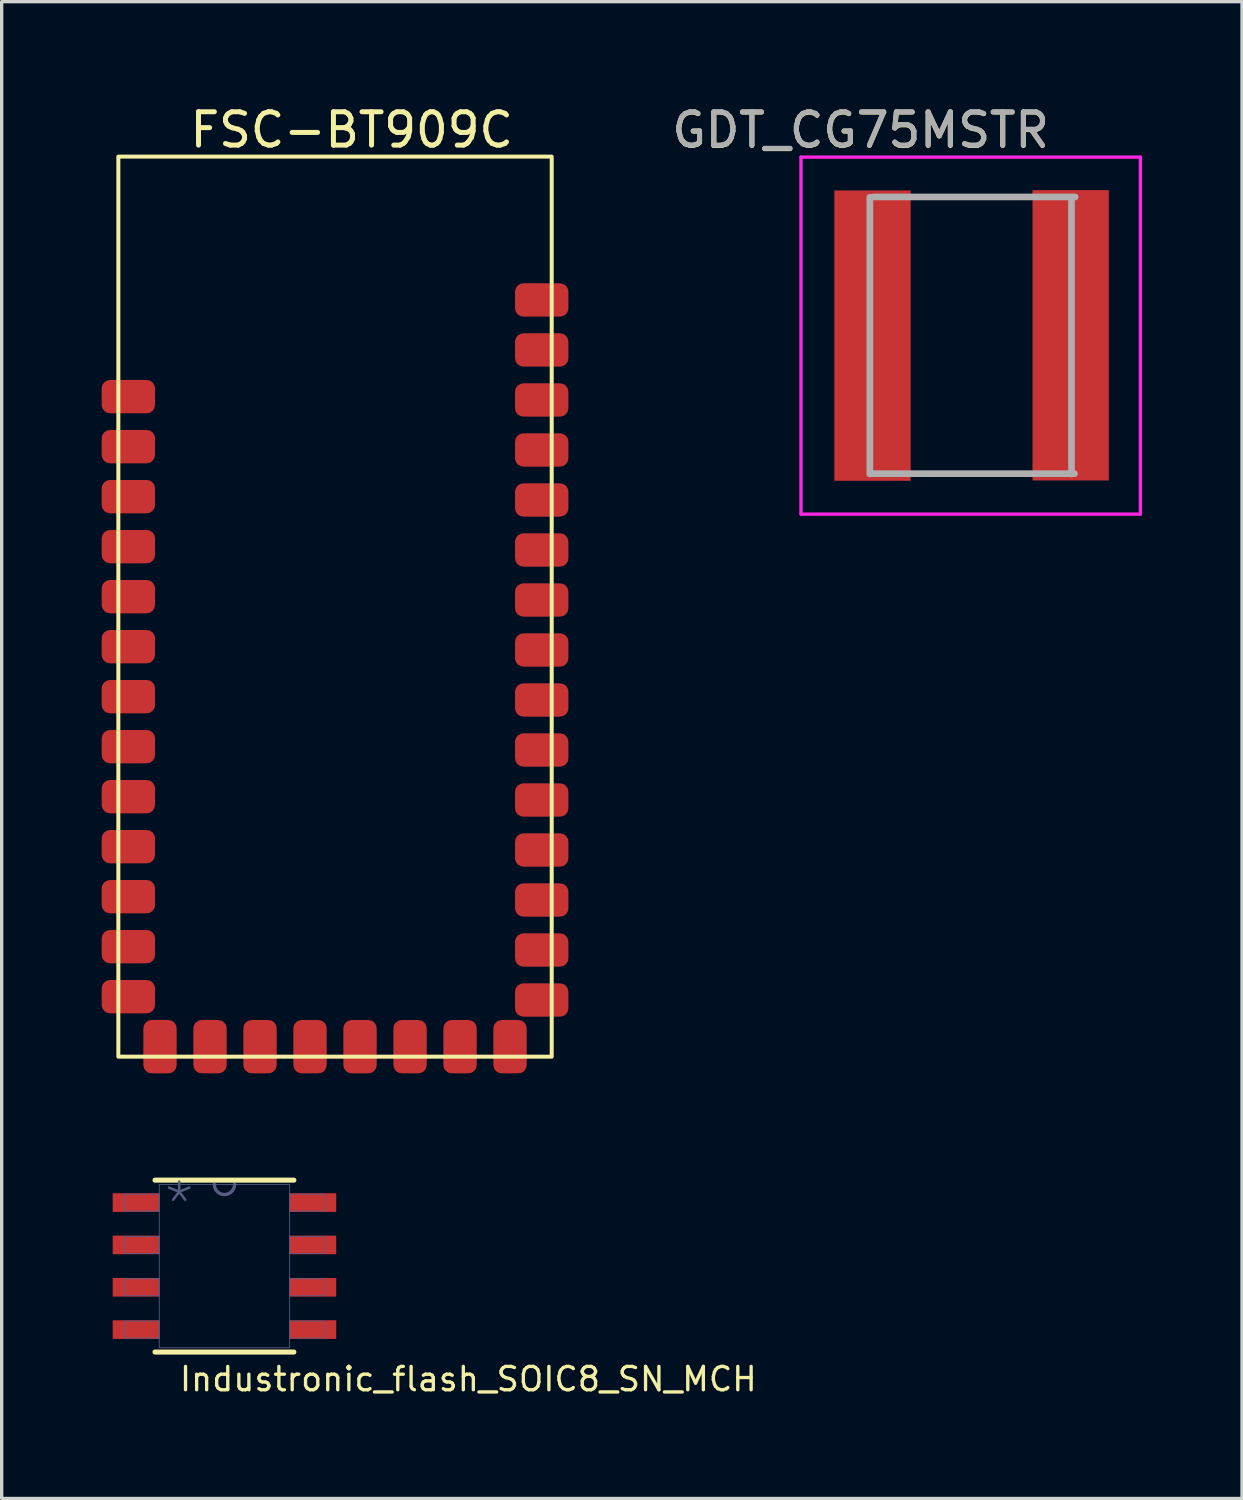
<source format=kicad_pcb>
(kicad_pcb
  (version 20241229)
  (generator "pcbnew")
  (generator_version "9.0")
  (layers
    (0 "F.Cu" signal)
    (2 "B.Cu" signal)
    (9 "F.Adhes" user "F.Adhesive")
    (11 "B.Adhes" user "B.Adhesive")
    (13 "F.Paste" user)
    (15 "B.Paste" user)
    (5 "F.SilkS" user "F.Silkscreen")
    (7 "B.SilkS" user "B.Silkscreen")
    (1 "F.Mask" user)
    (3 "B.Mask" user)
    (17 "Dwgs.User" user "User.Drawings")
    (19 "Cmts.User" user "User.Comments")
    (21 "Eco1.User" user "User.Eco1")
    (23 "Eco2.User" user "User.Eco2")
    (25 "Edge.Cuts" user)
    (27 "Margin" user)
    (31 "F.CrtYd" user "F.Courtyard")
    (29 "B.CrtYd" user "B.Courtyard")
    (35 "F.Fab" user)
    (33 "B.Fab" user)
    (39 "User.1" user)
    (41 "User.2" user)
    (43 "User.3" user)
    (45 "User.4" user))
  (footprint "FSC-BT909C"
    (layer "F.Cu")
    (at 6.95 14.948)
    (property "Reference" "FSC-BT909C" (at 0.55 -14.1 0) (unlocked yes) (layer "F.SilkS") (effects (font (size 1 1) (thickness 0.15))))
    (attr smd)
    (fp_rect (start -6.45 -13.3) (end 6.55 13.7) (stroke (width 0.12) (type solid)) (fill no) (layer "F.SilkS"))
    (pad "1" smd roundrect (at -6.15 -6.1) (size 1.6 1) (layers "F.Cu" "F.Mask" "F.Paste") (roundrect_rratio 0.25))
    (pad "2" smd roundrect (at -6.15 -4.6) (size 1.6 1) (layers "F.Cu" "F.Mask" "F.Paste") (roundrect_rratio 0.25))
    (pad "3" smd roundrect (at -6.15 -3.1) (size 1.6 1) (layers "F.Cu" "F.Mask" "F.Paste") (roundrect_rratio 0.25))
    (pad "4" smd roundrect (at -6.15 -1.6) (size 1.6 1) (layers "F.Cu" "F.Mask" "F.Paste") (roundrect_rratio 0.25))
    (pad "5" smd roundrect (at -6.15 -0.1) (size 1.6 1) (layers "F.Cu" "F.Mask" "F.Paste") (roundrect_rratio 0.25))
    (pad "6" smd roundrect (at -6.15 1.4) (size 1.6 1) (layers "F.Cu" "F.Mask" "F.Paste") (roundrect_rratio 0.25))
    (pad "7" smd roundrect (at -6.15 2.9) (size 1.6 1) (layers "F.Cu" "F.Mask" "F.Paste") (roundrect_rratio 0.25))
    (pad "8" smd roundrect (at -6.15 4.4) (size 1.6 1) (layers "F.Cu" "F.Mask" "F.Paste") (roundrect_rratio 0.25))
    (pad "9" smd roundrect (at -6.15 5.9) (size 1.6 1) (layers "F.Cu" "F.Mask" "F.Paste") (roundrect_rratio 0.25))
    (pad "10" smd roundrect (at -6.15 7.4) (size 1.6 1) (layers "F.Cu" "F.Mask" "F.Paste") (roundrect_rratio 0.25))
    (pad "11" smd roundrect (at -6.15 8.9) (size 1.6 1) (layers "F.Cu" "F.Mask" "F.Paste") (roundrect_rratio 0.25))
    (pad "12" smd roundrect (at -6.15 10.4) (size 1.6 1) (layers "F.Cu" "F.Mask" "F.Paste") (roundrect_rratio 0.25))
    (pad "13" smd roundrect (at -6.15 11.9) (size 1.6 1) (layers "F.Cu" "F.Mask" "F.Paste") (roundrect_rratio 0.25))
    (pad "14" smd roundrect (at -5.2 13.4 90) (size 1.6 1) (layers "F.Cu" "F.Mask" "F.Paste") (roundrect_rratio 0.25))
    (pad "15" smd roundrect (at -3.7 13.4 90) (size 1.6 1) (layers "F.Cu" "F.Mask" "F.Paste") (roundrect_rratio 0.25))
    (pad "16" smd roundrect (at -2.2 13.4 90) (size 1.6 1) (layers "F.Cu" "F.Mask" "F.Paste") (roundrect_rratio 0.25))
    (pad "17" smd roundrect (at -0.7 13.4 90) (size 1.6 1) (layers "F.Cu" "F.Mask" "F.Paste") (roundrect_rratio 0.25))
    (pad "18" smd roundrect (at 0.8 13.4 90) (size 1.6 1) (layers "F.Cu" "F.Mask" "F.Paste") (roundrect_rratio 0.25))
    (pad "19" smd roundrect (at 2.3 13.4 90) (size 1.6 1) (layers "F.Cu" "F.Mask" "F.Paste") (roundrect_rratio 0.25))
    (pad "20" smd roundrect (at 3.8 13.4 90) (size 1.6 1) (layers "F.Cu" "F.Mask" "F.Paste") (roundrect_rratio 0.25))
    (pad "21" smd roundrect (at 5.3 13.4 90) (size 1.6 1) (layers "F.Cu" "F.Mask" "F.Paste") (roundrect_rratio 0.25))
    (pad "22" smd roundrect (at 6.25 12 180) (size 1.6 1) (layers "F.Cu" "F.Mask" "F.Paste") (roundrect_rratio 0.25))
    (pad "23" smd roundrect (at 6.25 10.5 180) (size 1.6 1) (layers "F.Cu" "F.Mask" "F.Paste") (roundrect_rratio 0.25))
    (pad "24" smd roundrect (at 6.25 9 180) (size 1.6 1) (layers "F.Cu" "F.Mask" "F.Paste") (roundrect_rratio 0.25))
    (pad "25" smd roundrect (at 6.25 7.5 180) (size 1.6 1) (layers "F.Cu" "F.Mask" "F.Paste") (roundrect_rratio 0.25))
    (pad "26" smd roundrect (at 6.25 6 180) (size 1.6 1) (layers "F.Cu" "F.Mask" "F.Paste") (roundrect_rratio 0.25))
    (pad "27" smd roundrect (at 6.25 4.5 180) (size 1.6 1) (layers "F.Cu" "F.Mask" "F.Paste") (roundrect_rratio 0.25))
    (pad "28" smd roundrect (at 6.25 3 180) (size 1.6 1) (layers "F.Cu" "F.Mask" "F.Paste") (roundrect_rratio 0.25))
    (pad "29" smd roundrect (at 6.25 1.5 180) (size 1.6 1) (layers "F.Cu" "F.Mask" "F.Paste") (roundrect_rratio 0.25))
    (pad "30" smd roundrect (at 6.25 0 180) (size 1.6 1) (layers "F.Cu" "F.Mask" "F.Paste") (roundrect_rratio 0.25))
    (pad "31" smd roundrect (at 6.25 -1.5 180) (size 1.6 1) (layers "F.Cu" "F.Mask" "F.Paste") (roundrect_rratio 0.25))
    (pad "32" smd roundrect (at 6.25 -3 180) (size 1.6 1) (layers "F.Cu" "F.Mask" "F.Paste") (roundrect_rratio 0.25))
    (pad "33" smd roundrect (at 6.25 -4.5 180) (size 1.6 1) (layers "F.Cu" "F.Mask" "F.Paste") (roundrect_rratio 0.25))
    (pad "34" smd roundrect (at 6.25 -6 180) (size 1.6 1) (layers "F.Cu" "F.Mask" "F.Paste") (roundrect_rratio 0.25))
    (pad "35" smd roundrect (at 6.25 -7.5 180) (size 1.6 1) (layers "F.Cu" "F.Mask" "F.Paste") (roundrect_rratio 0.25))
    (pad "36" smd roundrect (at 6.25 -9 180) (size 1.6 1) (layers "F.Cu" "F.Mask" "F.Paste") (roundrect_rratio 0.25)))
  (footprint "Industronic_flash_SOIC8_SN_MCH"
    (layer "F.Cu")
    (at 3.683 34.93)
    (property "Reference" "Industronic_flash_SOIC8_SN_MCH" (at -1.4 3.8 0) (unlocked yes) (layer "F.SilkS") (effects (font (size 0.7 0.7) (thickness 0.1)) (justify left bottom)))
    (fp_line (start -2.083 -2.578) (end 2.083 -2.578) (stroke (width 0.152) (type solid)) (layer "F.SilkS"))
    (fp_line (start -2.083 2.578) (end 2.083 2.578) (stroke (width 0.152) (type solid)) (layer "F.SilkS"))
    (fp_line (start -3.607 -2.438) (end -2.21 -2.438) (stroke (width 0.152) (type solid)) (layer "Eco1.User"))
    (fp_line (start -3.607 2.438) (end -3.607 -2.438) (stroke (width 0.152) (type solid)) (layer "Eco1.User"))
    (fp_line (start -3.607 2.438) (end -2.21 2.438) (stroke (width 0.152) (type solid)) (layer "Eco1.User"))
    (fp_line (start -2.21 -2.705) (end 2.21 -2.705) (stroke (width 0.152) (type solid)) (layer "Eco1.User"))
    (fp_line (start -2.21 -2.438) (end -2.21 -2.705) (stroke (width 0.152) (type solid)) (layer "Eco1.User"))
    (fp_line (start -2.21 2.705) (end -2.21 2.438) (stroke (width 0.152) (type solid)) (layer "Eco1.User"))
    (fp_line (start -2.21 2.705) (end 2.21 2.705) (stroke (width 0.152) (type solid)) (layer "Eco1.User"))
    (fp_line (start 2.21 -2.438) (end 2.21 -2.705) (stroke (width 0.152) (type solid)) (layer "Eco1.User"))
    (fp_line (start 2.21 -2.438) (end 3.607 -2.438) (stroke (width 0.152) (type solid)) (layer "Eco1.User"))
    (fp_line (start 2.21 2.438) (end 3.607 2.438) (stroke (width 0.152) (type solid)) (layer "Eco1.User"))
    (fp_line (start 2.21 2.705) (end 2.21 2.438) (stroke (width 0.152) (type solid)) (layer "Eco1.User"))
    (fp_line (start 3.607 2.438) (end 3.607 -2.438) (stroke (width 0.152) (type solid)) (layer "Eco1.User"))
    (fp_line (start -2.997 -2.159) (end -1.956 -2.159) (stroke (width 0.025) (type solid)) (layer "B.Fab"))
    (fp_line (start -2.997 -1.651) (end -2.997 -2.159) (stroke (width 0.025) (type solid)) (layer "B.Fab"))
    (fp_line (start -2.997 -1.651) (end -1.956 -1.651) (stroke (width 0.025) (type solid)) (layer "B.Fab"))
    (fp_line (start -2.997 -0.889) (end -1.956 -0.889) (stroke (width 0.025) (type solid)) (layer "B.Fab"))
    (fp_line (start -2.997 -0.381) (end -2.997 -0.889) (stroke (width 0.025) (type solid)) (layer "B.Fab"))
    (fp_line (start -2.997 -0.381) (end -1.956 -0.381) (stroke (width 0.025) (type solid)) (layer "B.Fab"))
    (fp_line (start -2.997 0.381) (end -1.956 0.381) (stroke (width 0.025) (type solid)) (layer "B.Fab"))
    (fp_line (start -2.997 0.889) (end -2.997 0.381) (stroke (width 0.025) (type solid)) (layer "B.Fab"))
    (fp_line (start -2.997 0.889) (end -1.956 0.889) (stroke (width 0.025) (type solid)) (layer "B.Fab"))
    (fp_line (start -2.997 1.651) (end -1.956 1.651) (stroke (width 0.025) (type solid)) (layer "B.Fab"))
    (fp_line (start -2.997 2.159) (end -2.997 1.651) (stroke (width 0.025) (type solid)) (layer "B.Fab"))
    (fp_line (start -2.997 2.159) (end -1.956 2.159) (stroke (width 0.025) (type solid)) (layer "B.Fab"))
    (fp_line (start -1.956 -2.451) (end 1.956 -2.451) (stroke (width 0.025) (type solid)) (layer "B.Fab"))
    (fp_line (start -1.956 -1.651) (end -1.956 -2.159) (stroke (width 0.025) (type solid)) (layer "B.Fab"))
    (fp_line (start -1.956 -0.381) (end -1.956 -0.889) (stroke (width 0.025) (type solid)) (layer "B.Fab"))
    (fp_line (start -1.956 0.889) (end -1.956 0.381) (stroke (width 0.025) (type solid)) (layer "B.Fab"))
    (fp_line (start -1.956 2.159) (end -1.956 1.651) (stroke (width 0.025) (type solid)) (layer "B.Fab"))
    (fp_line (start -1.956 2.451) (end -1.956 -2.451) (stroke (width 0.025) (type solid)) (layer "B.Fab"))
    (fp_line (start -1.956 2.451) (end 1.956 2.451) (stroke (width 0.025) (type solid)) (layer "B.Fab"))
    (fp_line (start 1.956 -2.159) (end 2.997 -2.159) (stroke (width 0.025) (type solid)) (layer "B.Fab"))
    (fp_line (start 1.956 -1.651) (end 1.956 -2.159) (stroke (width 0.025) (type solid)) (layer "B.Fab"))
    (fp_line (start 1.956 -1.651) (end 2.997 -1.651) (stroke (width 0.025) (type solid)) (layer "B.Fab"))
    (fp_line (start 1.956 -0.889) (end 2.997 -0.889) (stroke (width 0.025) (type solid)) (layer "B.Fab"))
    (fp_line (start 1.956 -0.381) (end 1.956 -0.889) (stroke (width 0.025) (type solid)) (layer "B.Fab"))
    (fp_line (start 1.956 -0.381) (end 2.997 -0.381) (stroke (width 0.025) (type solid)) (layer "B.Fab"))
    (fp_line (start 1.956 0.381) (end 2.997 0.381) (stroke (width 0.025) (type solid)) (layer "B.Fab"))
    (fp_line (start 1.956 0.889) (end 1.956 0.381) (stroke (width 0.025) (type solid)) (layer "B.Fab"))
    (fp_line (start 1.956 0.889) (end 2.997 0.889) (stroke (width 0.025) (type solid)) (layer "B.Fab"))
    (fp_line (start 1.956 1.651) (end 2.997 1.651) (stroke (width 0.025) (type solid)) (layer "B.Fab"))
    (fp_line (start 1.956 2.159) (end 1.956 1.651) (stroke (width 0.025) (type solid)) (layer "B.Fab"))
    (fp_line (start 1.956 2.159) (end 2.997 2.159) (stroke (width 0.025) (type solid)) (layer "B.Fab"))
    (fp_line (start 1.956 2.451) (end 1.956 -2.451) (stroke (width 0.025) (type solid)) (layer "B.Fab"))
    (fp_line (start 2.997 -1.651) (end 2.997 -2.159) (stroke (width 0.025) (type solid)) (layer "B.Fab"))
    (fp_line (start 2.997 -0.381) (end 2.997 -0.889) (stroke (width 0.025) (type solid)) (layer "B.Fab"))
    (fp_line (start 2.997 0.889) (end 2.997 0.381) (stroke (width 0.025) (type solid)) (layer "B.Fab"))
    (fp_line (start 2.997 2.159) (end 2.997 1.651) (stroke (width 0.025) (type solid)) (layer "B.Fab"))
    (fp_arc (start 0.3048 -2.4511) (mid 0 -2.1463) (end -0.3048 -2.4511) (stroke (width 0.1) (type solid)) (layer "B.Fab"))
    (fp_text user "*" (at -1.892 -1.105 0) (unlocked yes) (layer "B.Fab") (effects (font (size 1.27 1.27) (thickness 0.076)) (justify left bottom)))
    (pad "1" smd rect (at -2.654 -1.905) (size 1.397 0.559) (layers "F.Cu" "F.Mask" "F.Paste"))
    (pad "2" smd rect (at -2.654 -0.635) (size 1.397 0.559) (layers "F.Cu" "F.Mask" "F.Paste"))
    (pad "3" smd rect (at -2.654 0.635) (size 1.397 0.559) (layers "F.Cu" "F.Mask" "F.Paste"))
    (pad "4" smd rect (at -2.654 1.905) (size 1.397 0.559) (layers "F.Cu" "F.Mask" "F.Paste"))
    (pad "5" smd rect (at 2.654 1.905) (size 1.397 0.559) (layers "F.Cu" "F.Mask" "F.Paste"))
    (pad "6" smd rect (at 2.654 0.635) (size 1.397 0.559) (layers "F.Cu" "F.Mask" "F.Paste"))
    (pad "7" smd rect (at 2.654 -0.635) (size 1.397 0.559) (layers "F.Cu" "F.Mask" "F.Paste"))
    (pad "8" smd rect (at 2.654 -1.905) (size 1.397 0.559) (layers "F.Cu" "F.Mask" "F.Paste")))
  (footprint "GDT_CG75MSTR"
    (layer "F.Cu")
    (at 26.068 7.018)
    (property "Reference" "GDT_CG75MSTR" (at -3.3 -6.16 0) (layer "F.SilkS") (effects (font (size 1 1) (thickness 0.15))))
    (attr smd)
    (fp_line (start -1.25 -4.15) (end -1.25 -4.15) (stroke (width 0.1) (type solid)) (layer "F.SilkS"))
    (fp_line (start -1.25 4.15) (end -1.25 4.15) (stroke (width 0.1) (type solid)) (layer "F.SilkS"))
    (fp_line (start -1.16 4.14) (end 1.34 4.14) (stroke (width 0.1) (type solid)) (layer "F.SilkS"))
    (fp_line (start -1.14 -4.16) (end 1.36 -4.16) (stroke (width 0.1) (type solid)) (layer "F.SilkS"))
    (fp_line (start 1.25 -4.15) (end 1.25 -4.15) (stroke (width 0.1) (type solid)) (layer "F.SilkS"))
    (fp_line (start 1.25 4.15) (end 1.25 4.15) (stroke (width 0.1) (type solid)) (layer "F.SilkS"))
    (fp_line (start 1.34 4.14) (end -1.16 4.14) (stroke (width 0.1) (type solid)) (layer "F.SilkS"))
    (fp_line (start 1.36 -4.16) (end -1.14 -4.16) (stroke (width 0.1) (type solid)) (layer "F.SilkS"))
    (fp_line (start -5.09 -5.355) (end 5.09 -5.355) (stroke (width 0.1) (type solid)) (layer "F.CrtYd"))
    (fp_line (start -5.09 5.355) (end -5.09 -5.355) (stroke (width 0.1) (type solid)) (layer "F.CrtYd"))
    (fp_line (start 5.09 -5.355) (end 5.09 5.355) (stroke (width 0.1) (type solid)) (layer "F.CrtYd"))
    (fp_line (start 5.09 5.355) (end -5.09 5.355) (stroke (width 0.1) (type solid)) (layer "F.CrtYd"))
    (fp_line (start -3.025 -4.15) (end -3.025 4.15) (stroke (width 0.2) (type solid)) (layer "F.Fab"))
    (fp_line (start -2.935 4.14) (end 3.115 4.14) (stroke (width 0.2) (type solid)) (layer "F.Fab"))
    (fp_line (start 3.025 4.15) (end 3.025 -4.15) (stroke (width 0.2) (type solid)) (layer "F.Fab"))
    (fp_line (start 3.135 -4.16) (end -2.915 -4.16) (stroke (width 0.2) (type solid)) (layer "F.Fab"))
    (fp_text user "${REFERENCE}" (at -3.3 -6.17 0) (layer "F.Fab") (effects (font (size 1 1) (thickness 0.15))))
    (pad "1" smd rect (at -2.945 0) (size 2.29 8.71) (layers "F.Cu" "F.Mask" "F.Paste"))
    (pad "2" smd rect (at 3 -0.01) (size 2.29 8.71) (layers "F.Cu" "F.Mask" "F.Paste")))
  (gr_rect
    (start -3 -3)
    (end 34.208 41.9)
    (stroke (width 0.1) (type default))
    (fill no)
    (layer "Edge.Cuts")))
</source>
